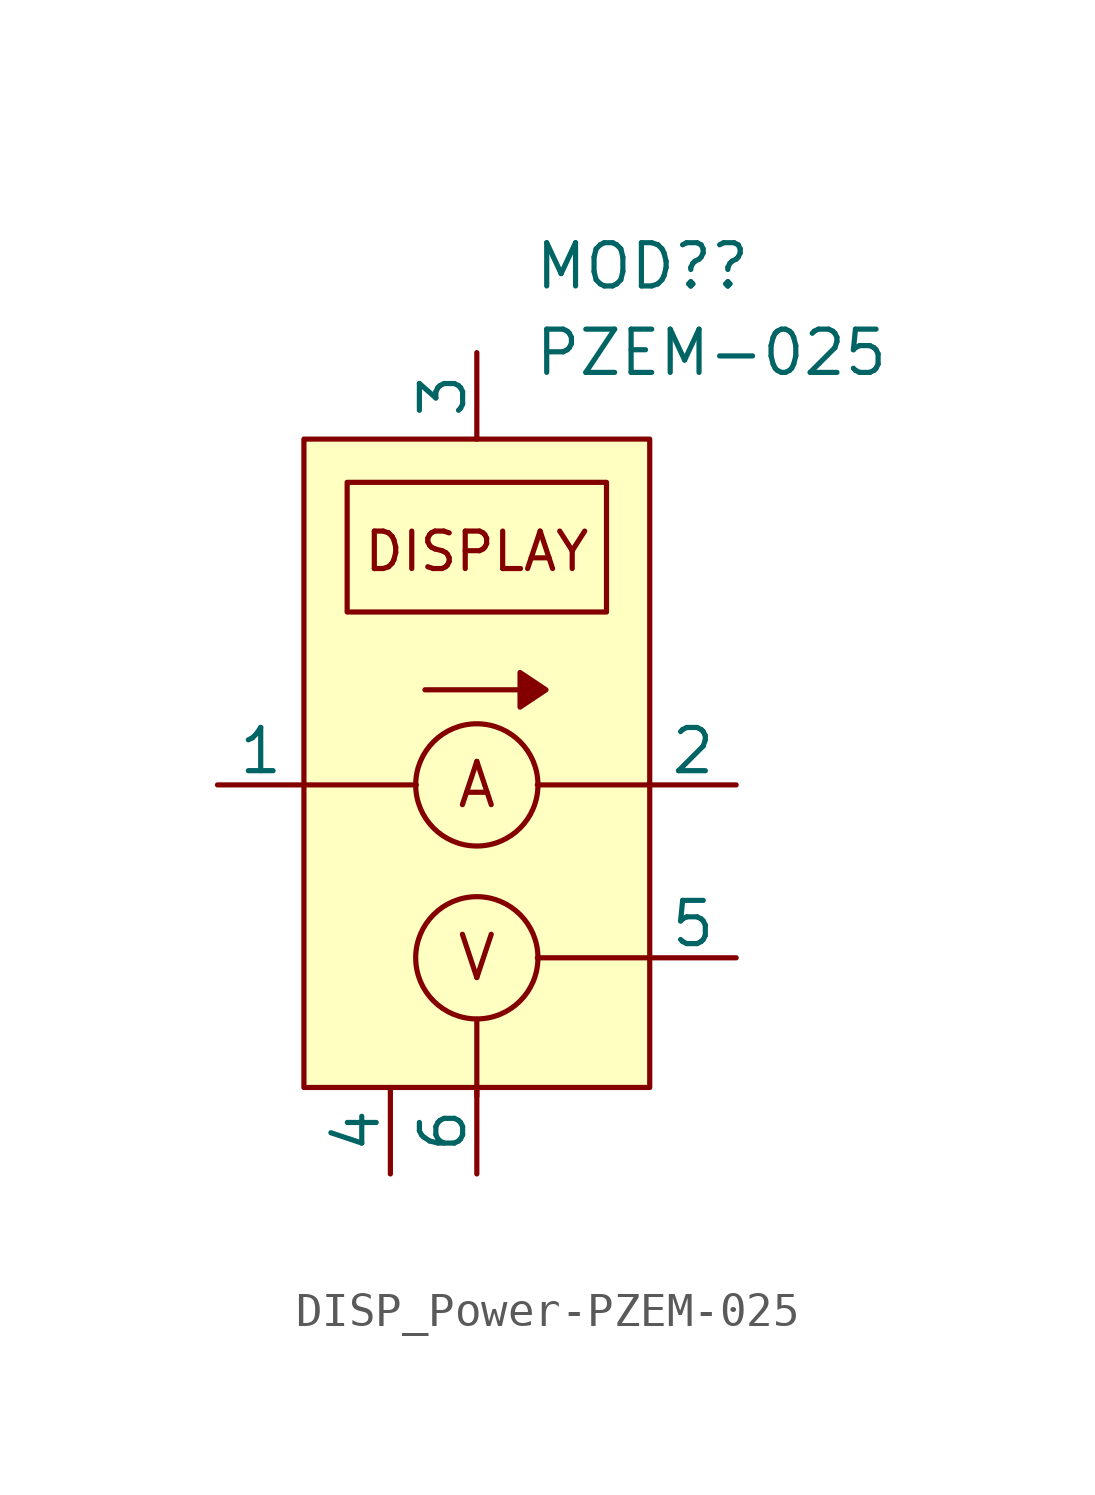
<source format=kicad_sym>
(kicad_symbol_lib
  (version 20231120)
  (generator "kicad_symbol_editor")
  (generator_version "8.0")
  (symbol "DISP_Power-PZEM-025"
    (pin_numbers hide)
    (pin_names
      (offset 0))
    (property "Reference" "MOD?"
      (at 1.651 12.7 0)
      (effects (font (size 1.27 1.27)) (justify left)))
    (property "Value" "PZEM-025"
      (at 1.651 10.16 0)
      (effects (font (size 1.27 1.27)) (justify left)))
    (symbol "DISP_Power-PZEM-025_0_1"
      (rectangle (start -5.08 7.62) (end 5.08 -11.43) (stroke (width 0) (type default)) (fill (type background)))
      (circle (center 0 -7.62) (radius 1.796) (stroke (width 0) (type default)) (fill (type none)))
      (circle (center 0 -2.54) (radius 1.796) (stroke (width 0) (type default)) (fill (type none)))
      (polyline (pts (xy -5.08 -2.54) (xy -1.778 -2.54)) (stroke (width 0) (type default)) (fill (type none)))
      (polyline (pts (xy 1.778 -2.54) (xy 5.08 -2.54)) (stroke (width 0) (type default)) (fill (type none))))
    (symbol "DISP_Power-PZEM-025_1_1"
      (rectangle (start -3.81 6.35) (end 3.81 2.54) (stroke (width 0) (type default)) (fill (type none)))
      (polyline (pts (xy -1.524 0.254) (xy 1.27 0.254)) (stroke (width 0) (type default)) (fill (type none)))
      (polyline (pts (xy 0 -11.43) (xy 0 -11.684)) (stroke (width 0) (type default)) (fill (type none)))
      (polyline (pts (xy 0 -11.43) (xy 0 -9.426)) (stroke (width 0) (type default)) (fill (type none)))
      (polyline (pts (xy 5.08 -7.62) (xy 3.556 -7.62) (xy 1.778 -7.62)) (stroke (width 0) (type default)) (fill (type none)))
      (polyline (pts (xy 1.27 0.762) (xy 1.27 -0.254) (xy 2.032 0.254) (xy 1.27 0.762)) (stroke (width 0) (type default)) (fill (type outline)))
      (text "A" (at 0 -2.54 0) (effects (font (size 1.27 1.27))))
      (text "DISPLAY" (at 0 4.318 0) (effects (font (size 1.1 1.1))))
      (text "V" (at 0 -7.62 0) (effects (font (size 1.27 1.27))))
      (pin passive line (at -7.62 -2.54 0) (length 2.54) (name "1" (effects (font (size 1.27 1.27)))) (number "1" (effects (font (size 1.27 1.27)))))
      (pin passive line (at 7.62 -2.54 180) (length 2.54) (name "2" (effects (font (size 1.27 1.27)))) (number "2" (effects (font (size 1.27 1.27)))))
      (pin passive line (at 0 10.16 270) (length 2.54) (name "3" (effects (font (size 1.27 1.27)))) (number "3" (effects (font (size 1.27 1.27)))))
      (pin passive line (at -2.54 -13.97 90) (length 2.54) (name "4" (effects (font (size 1.27 1.27)))) (number "4" (effects (font (size 1.27 1.27)))))
      (pin passive line (at 7.62 -7.62 180) (length 2.54) (name "5" (effects (font (size 1.27 1.27)))) (number "5" (effects (font (size 1.27 1.27)))))
      (pin passive line (at 0 -13.97 90) (length 2.54) (name "6" (effects (font (size 1.27 1.27)))) (number "6" (effects (font (size 1.27 1.27))))))))
</source>
